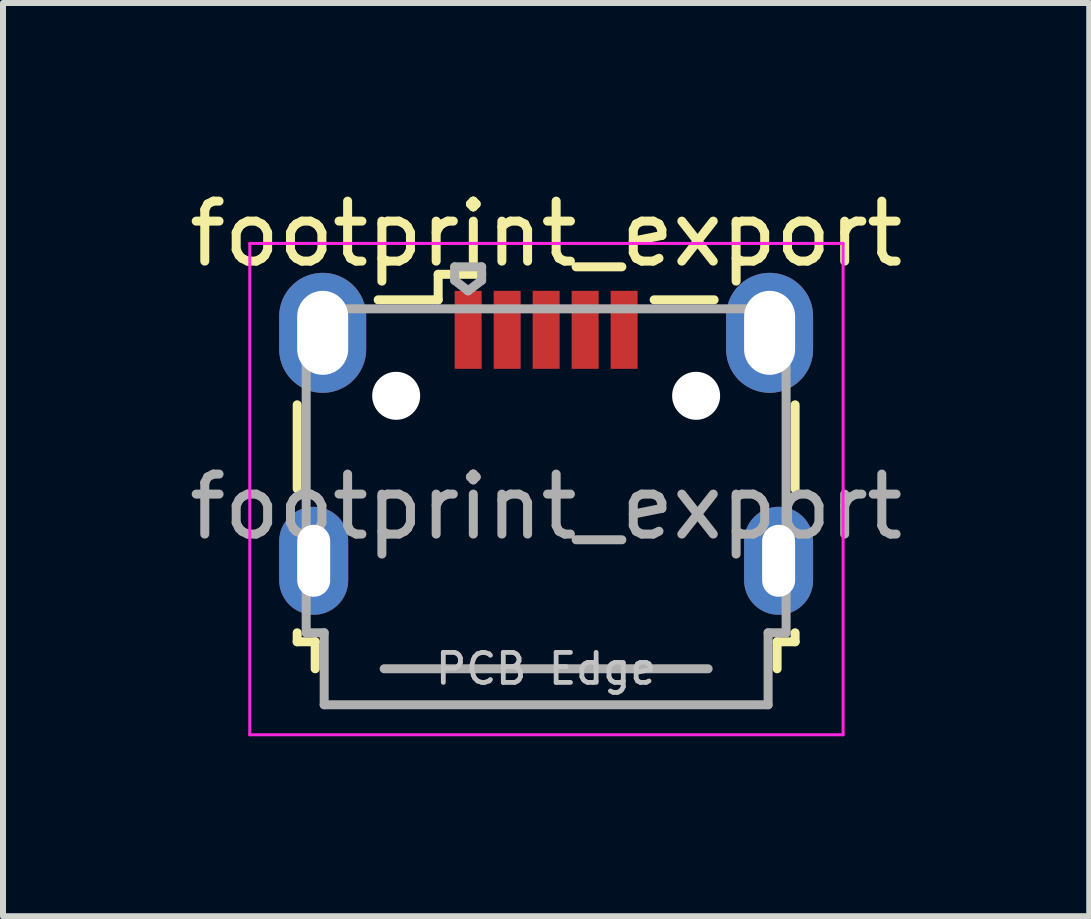
<source format=kicad_pcb>
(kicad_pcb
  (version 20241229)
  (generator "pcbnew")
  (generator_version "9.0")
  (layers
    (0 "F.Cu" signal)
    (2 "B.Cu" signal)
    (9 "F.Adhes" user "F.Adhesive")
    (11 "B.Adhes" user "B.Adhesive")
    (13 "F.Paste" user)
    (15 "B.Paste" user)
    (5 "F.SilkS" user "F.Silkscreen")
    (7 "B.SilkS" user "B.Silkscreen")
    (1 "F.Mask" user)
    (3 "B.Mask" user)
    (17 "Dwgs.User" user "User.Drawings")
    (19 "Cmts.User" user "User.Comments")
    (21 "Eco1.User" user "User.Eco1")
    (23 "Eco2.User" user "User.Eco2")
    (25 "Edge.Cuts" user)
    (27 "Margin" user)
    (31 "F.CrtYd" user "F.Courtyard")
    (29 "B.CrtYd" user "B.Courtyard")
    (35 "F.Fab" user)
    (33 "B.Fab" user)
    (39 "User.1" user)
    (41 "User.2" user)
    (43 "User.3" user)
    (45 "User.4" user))
  (footprint "footprint_export"
    (layer "F.Cu")
    (at 6.054 4.348)
    (property "Reference" "footprint_export" (at 0 -3.5 0) (layer "F.SilkS") (effects (font (size 1 1) (thickness 0.15))))
    (attr smd)
    (fp_line (start -4.15 -0.65) (end -4.15 0.75) (stroke (width 0.15) (type solid)) (layer "F.SilkS"))
    (fp_line (start -4.15 3.15) (end -4.15 3.3) (stroke (width 0.15) (type solid)) (layer "F.SilkS"))
    (fp_line (start -4.15 3.3) (end -3.85 3.3) (stroke (width 0.15) (type solid)) (layer "F.SilkS"))
    (fp_line (start -3.85 3.3) (end -3.85 3.75) (stroke (width 0.15) (type solid)) (layer "F.SilkS"))
    (fp_line (start -1.8 -2.825) (end -1.8 -2.4) (stroke (width 0.15) (type solid)) (layer "F.SilkS"))
    (fp_line (start -1.8 -2.4) (end -2.8 -2.4) (stroke (width 0.15) (type solid)) (layer "F.SilkS"))
    (fp_line (start -1.075 -2.825) (end -1.8 -2.825) (stroke (width 0.15) (type solid)) (layer "F.SilkS"))
    (fp_line (start 1.8 -2.4) (end 2.8 -2.4) (stroke (width 0.15) (type solid)) (layer "F.SilkS"))
    (fp_line (start 3.85 3.3) (end 4.15 3.3) (stroke (width 0.15) (type solid)) (layer "F.SilkS"))
    (fp_line (start 3.85 3.75) (end 3.85 3.3) (stroke (width 0.15) (type solid)) (layer "F.SilkS"))
    (fp_line (start 4.15 0.75) (end 4.15 -0.65) (stroke (width 0.15) (type solid)) (layer "F.SilkS"))
    (fp_line (start 4.15 3.3) (end 4.15 3.15) (stroke (width 0.15) (type solid)) (layer "F.SilkS"))
    (fp_line (start -4.94 -3.34) (end -4.94 4.85) (stroke (width 0.05) (type solid)) (layer "F.CrtYd"))
    (fp_line (start -4.94 4.85) (end 4.95 4.85) (stroke (width 0.05) (type solid)) (layer "F.CrtYd"))
    (fp_line (start 4.95 -3.34) (end -4.94 -3.34) (stroke (width 0.05) (type solid)) (layer "F.CrtYd"))
    (fp_line (start 4.95 4.85) (end 4.95 -3.34) (stroke (width 0.05) (type solid)) (layer "F.CrtYd"))
    (fp_line (start -4 -2.25) (end -4 3.15) (stroke (width 0.15) (type solid)) (layer "F.Fab"))
    (fp_line (start -4 3.15) (end -3.7 3.15) (stroke (width 0.15) (type solid)) (layer "F.Fab"))
    (fp_line (start -3.7 3.15) (end -3.7 4.35) (stroke (width 0.15) (type solid)) (layer "F.Fab"))
    (fp_line (start -3.7 4.35) (end 3.7 4.35) (stroke (width 0.15) (type solid)) (layer "F.Fab"))
    (fp_line (start -2.7 3.75) (end 2.7 3.75) (stroke (width 0.15) (type solid)) (layer "F.Fab"))
    (fp_line (start -1.525 -2.95) (end -1.075 -2.95) (stroke (width 0.15) (type solid)) (layer "F.Fab"))
    (fp_line (start -1.525 -2.725) (end -1.525 -2.95) (stroke (width 0.15) (type solid)) (layer "F.Fab"))
    (fp_line (start -1.3 -2.55) (end -1.525 -2.725) (stroke (width 0.15) (type solid)) (layer "F.Fab"))
    (fp_line (start -1.075 -2.95) (end -1.075 -2.725) (stroke (width 0.15) (type solid)) (layer "F.Fab"))
    (fp_line (start -1.075 -2.725) (end -1.3 -2.55) (stroke (width 0.15) (type solid)) (layer "F.Fab"))
    (fp_line (start 3.7 3.15) (end 4 3.15) (stroke (width 0.15) (type solid)) (layer "F.Fab"))
    (fp_line (start 3.7 4.35) (end 3.7 3.15) (stroke (width 0.15) (type solid)) (layer "F.Fab"))
    (fp_line (start 4 -2.25) (end -4 -2.25) (stroke (width 0.15) (type solid)) (layer "F.Fab"))
    (fp_line (start 4 3.15) (end 4 -2.25) (stroke (width 0.15) (type solid)) (layer "F.Fab"))
    (fp_text user "PCB Edge" (at 0 3.75 0) (layer "Dwgs.User") (effects (font (size 0.5 0.5) (thickness 0.08))))
    (fp_text user "${REFERENCE}" (at 0 1.05 0) (layer "F.Fab") (effects (font (size 1 1) (thickness 0.15))))
    (pad "" np_thru_hole oval (at -2.5 -0.8) (size 0.8 0.8) (drill 0.8) (layers "*.Cu" "*.Mask"))
    (pad "" np_thru_hole oval (at 2.5 -0.8) (size 0.8 0.8) (drill 0.8) (layers "*.Cu" "*.Mask"))
    (pad "1" smd rect (at -1.3 -1.9) (size 0.45 1.3) (layers "F.Cu" "F.Mask" "F.Paste"))
    (pad "2" smd rect (at -0.65 -1.9) (size 0.45 1.3) (layers "F.Cu" "F.Mask" "F.Paste"))
    (pad "3" smd rect (at 0 -1.9) (size 0.45 1.3) (layers "F.Cu" "F.Mask" "F.Paste"))
    (pad "4" smd rect (at 0.65 -1.9) (size 0.45 1.3) (layers "F.Cu" "F.Mask" "F.Paste"))
    (pad "5" smd rect (at 1.3 -1.9) (size 0.45 1.3) (layers "F.Cu" "F.Mask" "F.Paste"))
    (pad "6" thru_hole oval (at -3.875 1.95) (size 1.15 1.8) (drill oval 0.55 1.2) (layers "*.Cu" "*.Mask"))
    (pad "6" thru_hole oval (at -3.725 -1.85) (size 1.45 2) (drill oval 0.85 1.4) (layers "*.Cu" "*.Mask"))
    (pad "6" thru_hole oval (at 3.725 -1.85) (size 1.45 2) (drill oval 0.85 1.4) (layers "*.Cu" "*.Mask"))
    (pad "6" thru_hole oval (at 3.875 1.95) (size 1.15 1.8) (drill oval 0.55 1.2) (layers "*.Cu" "*.Mask")))
  (gr_rect
    (start -3 -3)
    (end 15.107 12.223)
    (stroke (width 0.1) (type default))
    (fill no)
    (layer "Edge.Cuts")))
</source>
